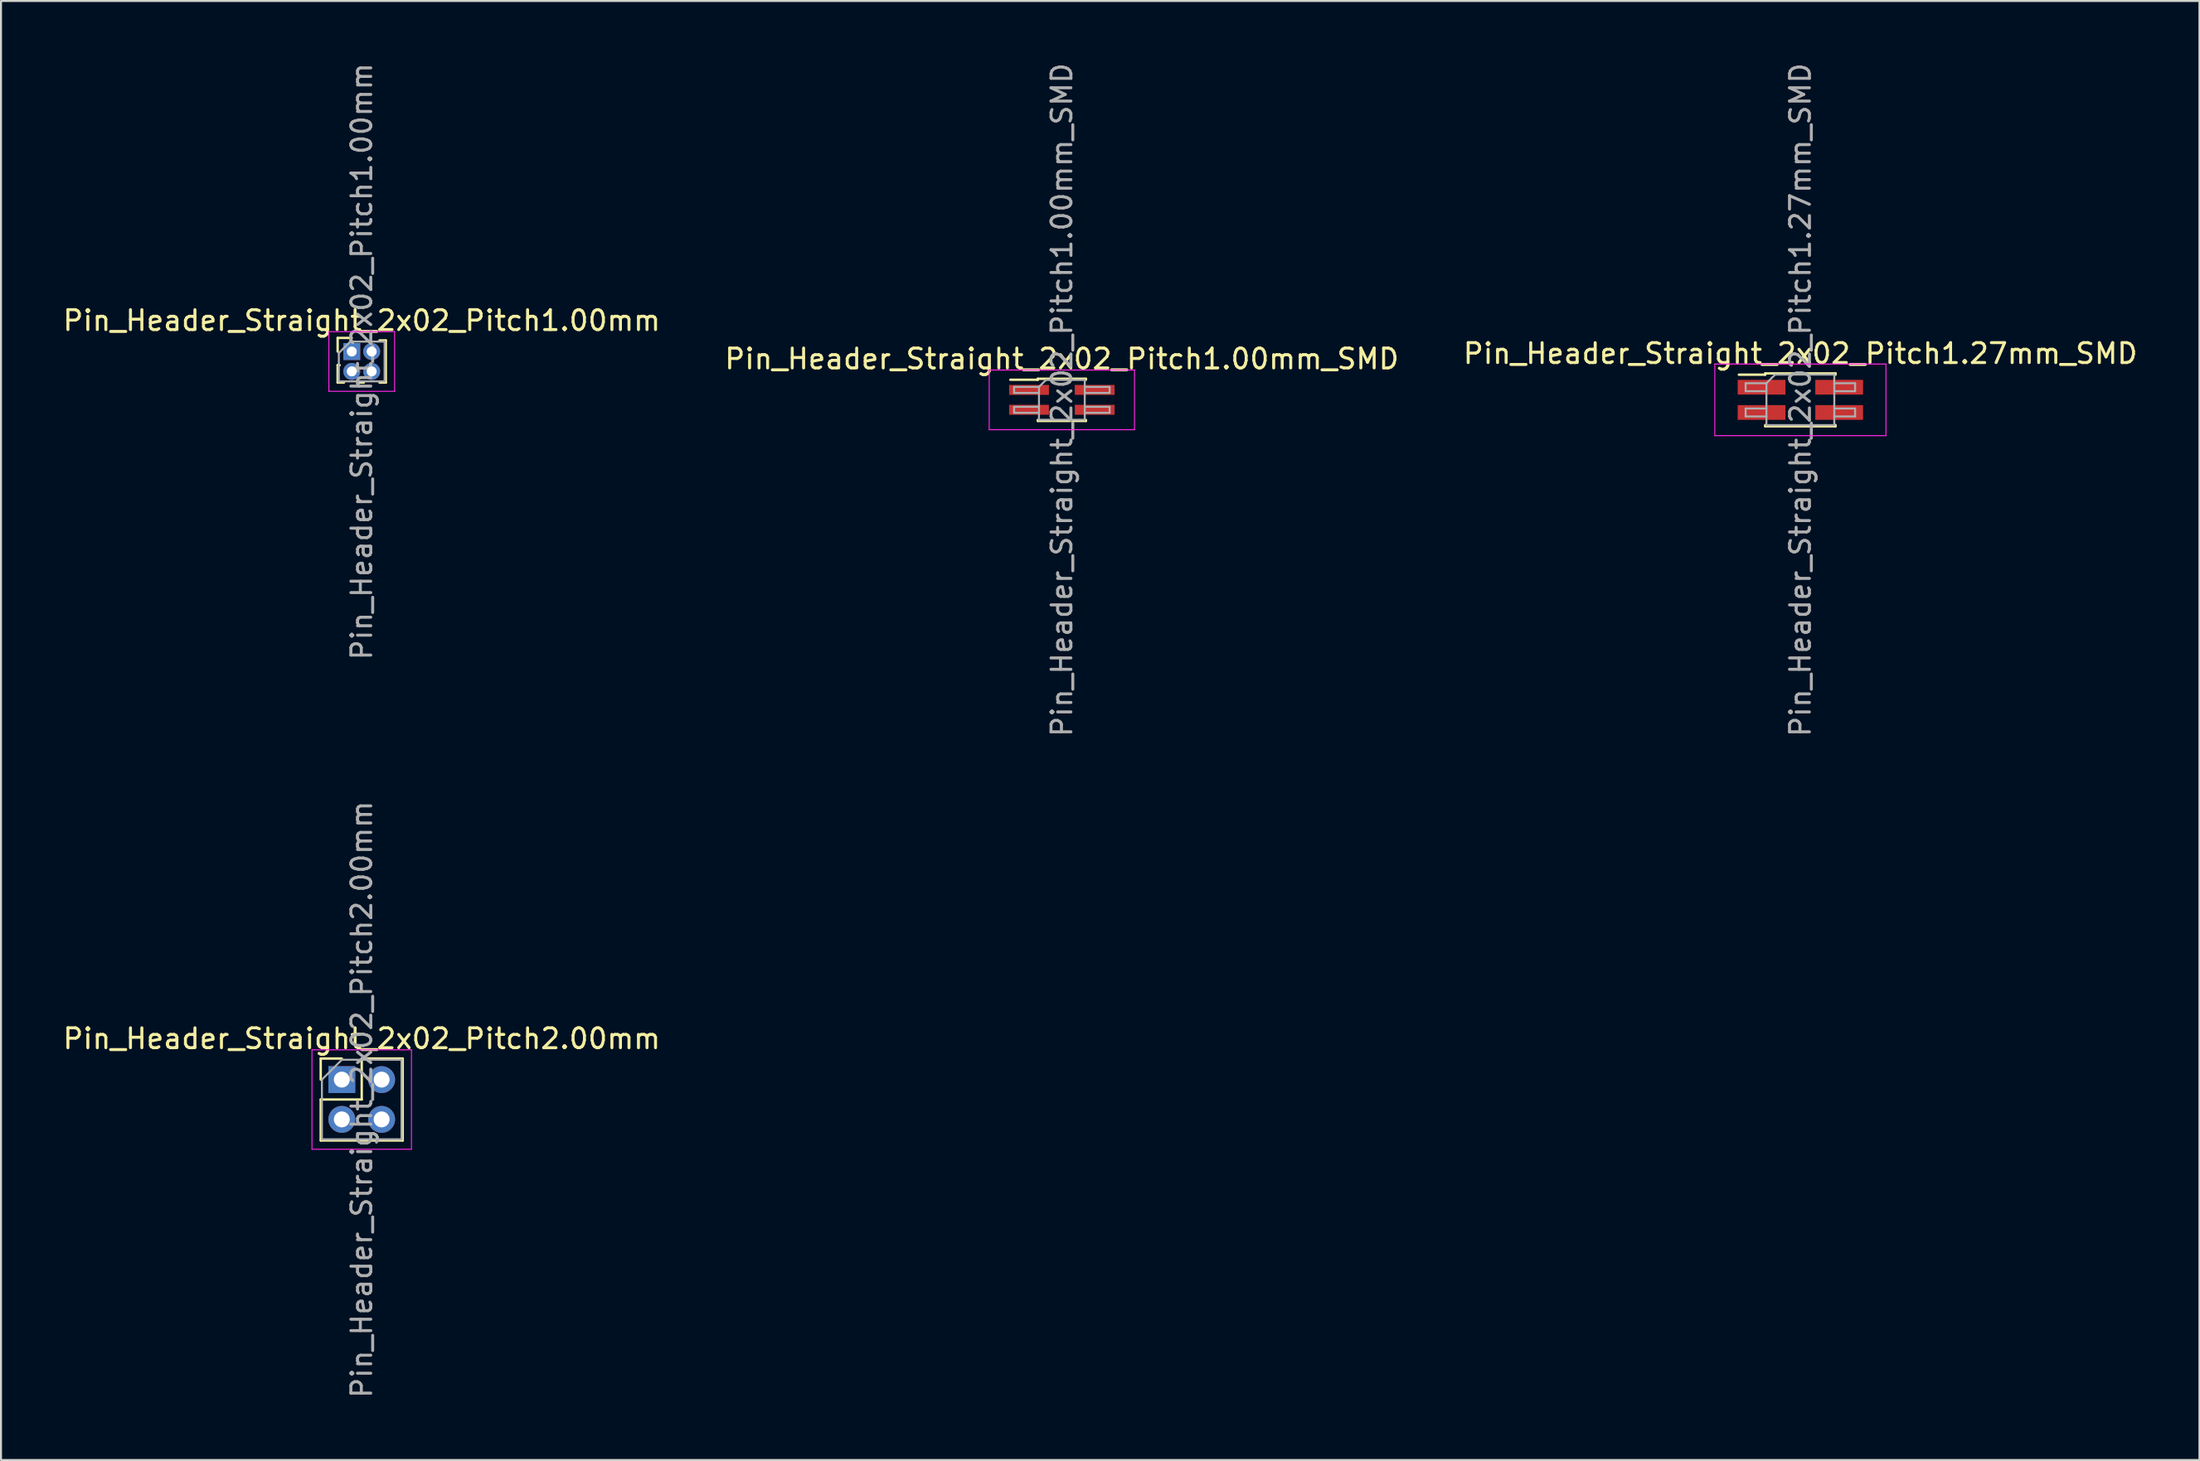
<source format=kicad_pcb>
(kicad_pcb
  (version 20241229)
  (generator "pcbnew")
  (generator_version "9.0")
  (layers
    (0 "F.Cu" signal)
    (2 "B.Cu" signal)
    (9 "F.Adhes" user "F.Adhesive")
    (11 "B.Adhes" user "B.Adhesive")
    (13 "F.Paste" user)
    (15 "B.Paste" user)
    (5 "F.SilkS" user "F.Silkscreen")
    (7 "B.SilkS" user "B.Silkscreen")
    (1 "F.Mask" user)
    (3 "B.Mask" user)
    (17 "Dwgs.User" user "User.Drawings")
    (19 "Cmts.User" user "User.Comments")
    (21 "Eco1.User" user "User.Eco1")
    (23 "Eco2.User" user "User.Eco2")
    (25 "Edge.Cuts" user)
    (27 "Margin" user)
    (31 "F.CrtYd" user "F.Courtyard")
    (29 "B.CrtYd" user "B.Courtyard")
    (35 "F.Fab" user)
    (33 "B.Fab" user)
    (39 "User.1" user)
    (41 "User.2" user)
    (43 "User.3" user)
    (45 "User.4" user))
  (footprint "Pin_Header_Straight_2x02_Pitch2.00mm"
    (layer "F.Cu")
    (at 14.125 51.232)
    (property "Reference" "Pin_Header_Straight_2x02_Pitch2.00mm" (at 1 -2.06 0) (layer "F.SilkS") (effects (font (size 1 1) (thickness 0.15))))
    (attr through_hole)
    (fp_line (start -1.06 -1.06) (end 0 -1.06) (stroke (width 0.12) (type solid)) (layer "F.SilkS"))
    (fp_line (start -1.06 0) (end -1.06 -1.06) (stroke (width 0.12) (type solid)) (layer "F.SilkS"))
    (fp_line (start -1.06 1) (end -1.06 3.06) (stroke (width 0.12) (type solid)) (layer "F.SilkS"))
    (fp_line (start -1.06 1) (end 1 1) (stroke (width 0.12) (type solid)) (layer "F.SilkS"))
    (fp_line (start -1.06 3.06) (end 3.06 3.06) (stroke (width 0.12) (type solid)) (layer "F.SilkS"))
    (fp_line (start 1 -1.06) (end 3.06 -1.06) (stroke (width 0.12) (type solid)) (layer "F.SilkS"))
    (fp_line (start 1 1) (end 1 -1.06) (stroke (width 0.12) (type solid)) (layer "F.SilkS"))
    (fp_line (start 3.06 -1.06) (end 3.06 3.06) (stroke (width 0.12) (type solid)) (layer "F.SilkS"))
    (fp_line (start -1.5 -1.5) (end -1.5 3.5) (stroke (width 0.05) (type solid)) (layer "F.CrtYd"))
    (fp_line (start -1.5 3.5) (end 3.5 3.5) (stroke (width 0.05) (type solid)) (layer "F.CrtYd"))
    (fp_line (start 3.5 -1.5) (end -1.5 -1.5) (stroke (width 0.05) (type solid)) (layer "F.CrtYd"))
    (fp_line (start 3.5 3.5) (end 3.5 -1.5) (stroke (width 0.05) (type solid)) (layer "F.CrtYd"))
    (fp_line (start -1 0) (end 0 -1) (stroke (width 0.1) (type solid)) (layer "F.Fab"))
    (fp_line (start -1 3) (end -1 0) (stroke (width 0.1) (type solid)) (layer "F.Fab"))
    (fp_line (start 0 -1) (end 3 -1) (stroke (width 0.1) (type solid)) (layer "F.Fab"))
    (fp_line (start 3 -1) (end 3 3) (stroke (width 0.1) (type solid)) (layer "F.Fab"))
    (fp_line (start 3 3) (end -1 3) (stroke (width 0.1) (type solid)) (layer "F.Fab"))
    (fp_text user "${REFERENCE}" (at 1 1 90) (layer "F.Fab") (effects (font (size 1 1) (thickness 0.15))))
    (pad "1" thru_hole rect (at 0 0) (size 1.35 1.35) (drill 0.8) (layers "*.Cu" "*.Mask"))
    (pad "2" thru_hole oval (at 2 0) (size 1.35 1.35) (drill 0.8) (layers "*.Cu" "*.Mask"))
    (pad "3" thru_hole oval (at 0 2) (size 1.35 1.35) (drill 0.8) (layers "*.Cu" "*.Mask"))
    (pad "4" thru_hole oval (at 2 2) (size 1.35 1.35) (drill 0.8) (layers "*.Cu" "*.Mask")))
  (footprint "Pin_Header_Straight_2x02_Pitch1.00mm"
    (layer "F.Cu")
    (at 14.625 14.625)
    (property "Reference" "Pin_Header_Straight_2x02_Pitch1.00mm" (at 0.5 -1.56 0) (layer "F.SilkS") (effects (font (size 1 1) (thickness 0.15))))
    (attr through_hole)
    (fp_line (start -0.71 -0.685) (end 0 -0.685) (stroke (width 0.12) (type solid)) (layer "F.SilkS"))
    (fp_line (start -0.71 0) (end -0.71 -0.685) (stroke (width 0.12) (type solid)) (layer "F.SilkS"))
    (fp_line (start -0.71 0.685) (end -0.71 1.56) (stroke (width 0.12) (type solid)) (layer "F.SilkS"))
    (fp_line (start -0.71 0.685) (end -0.608 0.685) (stroke (width 0.12) (type solid)) (layer "F.SilkS"))
    (fp_line (start -0.71 1.56) (end -0.394 1.56) (stroke (width 0.12) (type solid)) (layer "F.SilkS"))
    (fp_line (start 0.394 1.56) (end 0.606 1.56) (stroke (width 0.12) (type solid)) (layer "F.SilkS"))
    (fp_line (start 1.394 -0.56) (end 1.71 -0.56) (stroke (width 0.12) (type solid)) (layer "F.SilkS"))
    (fp_line (start 1.394 1.56) (end 1.71 1.56) (stroke (width 0.12) (type solid)) (layer "F.SilkS"))
    (fp_line (start 1.71 -0.56) (end 1.71 1.56) (stroke (width 0.12) (type solid)) (layer "F.SilkS"))
    (fp_line (start -1.15 -1) (end -1.15 2) (stroke (width 0.05) (type solid)) (layer "F.CrtYd"))
    (fp_line (start -1.15 2) (end 2.15 2) (stroke (width 0.05) (type solid)) (layer "F.CrtYd"))
    (fp_line (start 2.15 -1) (end -1.15 -1) (stroke (width 0.05) (type solid)) (layer "F.CrtYd"))
    (fp_line (start 2.15 2) (end 2.15 -1) (stroke (width 0.05) (type solid)) (layer "F.CrtYd"))
    (fp_line (start -0.65 0.075) (end -0.075 -0.5) (stroke (width 0.1) (type solid)) (layer "F.Fab"))
    (fp_line (start -0.65 1.5) (end -0.65 0.075) (stroke (width 0.1) (type solid)) (layer "F.Fab"))
    (fp_line (start -0.075 -0.5) (end 1.65 -0.5) (stroke (width 0.1) (type solid)) (layer "F.Fab"))
    (fp_line (start 1.65 -0.5) (end 1.65 1.5) (stroke (width 0.1) (type solid)) (layer "F.Fab"))
    (fp_line (start 1.65 1.5) (end -0.65 1.5) (stroke (width 0.1) (type solid)) (layer "F.Fab"))
    (fp_text user "${REFERENCE}" (at 0.5 0.5 90) (layer "F.Fab") (effects (font (size 1 1) (thickness 0.15))))
    (pad "1" thru_hole rect (at 0 0) (size 0.85 0.85) (drill 0.5) (layers "*.Cu" "*.Mask"))
    (pad "2" thru_hole oval (at 1 0) (size 0.85 0.85) (drill 0.5) (layers "*.Cu" "*.Mask"))
    (pad "3" thru_hole oval (at 0 1) (size 0.85 0.85) (drill 0.5) (layers "*.Cu" "*.Mask"))
    (pad "4" thru_hole oval (at 1 1) (size 0.85 0.85) (drill 0.5) (layers "*.Cu" "*.Mask")))
  (footprint "Pin_Header_Straight_2x02_Pitch1.27mm_SMD"
    (layer "F.Cu")
    (at 87.411 17.054)
    (property "Reference" "Pin_Header_Straight_2x02_Pitch1.27mm_SMD" (at 0 -2.33 0) (layer "F.SilkS") (effects (font (size 1 1) (thickness 0.15))))
    (attr smd)
    (fp_line (start -3.09 -1.265) (end -1.765 -1.265) (stroke (width 0.12) (type solid)) (layer "F.SilkS"))
    (fp_line (start -1.765 -1.33) (end -1.765 -1.265) (stroke (width 0.12) (type solid)) (layer "F.SilkS"))
    (fp_line (start -1.765 -1.33) (end 1.765 -1.33) (stroke (width 0.12) (type solid)) (layer "F.SilkS"))
    (fp_line (start -1.765 1.265) (end -1.765 1.33) (stroke (width 0.12) (type solid)) (layer "F.SilkS"))
    (fp_line (start -1.765 1.33) (end 1.765 1.33) (stroke (width 0.12) (type solid)) (layer "F.SilkS"))
    (fp_line (start 1.765 -1.33) (end 1.765 -1.265) (stroke (width 0.12) (type solid)) (layer "F.SilkS"))
    (fp_line (start 1.765 1.265) (end 1.765 1.33) (stroke (width 0.12) (type solid)) (layer "F.SilkS"))
    (fp_line (start -4.3 -1.8) (end -4.3 1.8) (stroke (width 0.05) (type solid)) (layer "F.CrtYd"))
    (fp_line (start -4.3 1.8) (end 4.3 1.8) (stroke (width 0.05) (type solid)) (layer "F.CrtYd"))
    (fp_line (start 4.3 -1.8) (end -4.3 -1.8) (stroke (width 0.05) (type solid)) (layer "F.CrtYd"))
    (fp_line (start 4.3 1.8) (end 4.3 -1.8) (stroke (width 0.05) (type solid)) (layer "F.CrtYd"))
    (fp_line (start -2.75 -0.835) (end -2.75 -0.435) (stroke (width 0.1) (type solid)) (layer "F.Fab"))
    (fp_line (start -2.75 -0.435) (end -1.705 -0.435) (stroke (width 0.1) (type solid)) (layer "F.Fab"))
    (fp_line (start -2.75 0.435) (end -2.75 0.835) (stroke (width 0.1) (type solid)) (layer "F.Fab"))
    (fp_line (start -2.75 0.835) (end -1.705 0.835) (stroke (width 0.1) (type solid)) (layer "F.Fab"))
    (fp_line (start -1.705 -0.835) (end -2.75 -0.835) (stroke (width 0.1) (type solid)) (layer "F.Fab"))
    (fp_line (start -1.705 -0.835) (end -1.27 -1.27) (stroke (width 0.1) (type solid)) (layer "F.Fab"))
    (fp_line (start -1.705 0.435) (end -2.75 0.435) (stroke (width 0.1) (type solid)) (layer "F.Fab"))
    (fp_line (start -1.705 1.27) (end -1.705 -0.835) (stroke (width 0.1) (type solid)) (layer "F.Fab"))
    (fp_line (start -1.27 -1.27) (end 1.705 -1.27) (stroke (width 0.1) (type solid)) (layer "F.Fab"))
    (fp_line (start 1.705 -1.27) (end 1.705 1.27) (stroke (width 0.1) (type solid)) (layer "F.Fab"))
    (fp_line (start 1.705 -0.835) (end 2.75 -0.835) (stroke (width 0.1) (type solid)) (layer "F.Fab"))
    (fp_line (start 1.705 0.435) (end 2.75 0.435) (stroke (width 0.1) (type solid)) (layer "F.Fab"))
    (fp_line (start 1.705 1.27) (end -1.705 1.27) (stroke (width 0.1) (type solid)) (layer "F.Fab"))
    (fp_line (start 2.75 -0.835) (end 2.75 -0.435) (stroke (width 0.1) (type solid)) (layer "F.Fab"))
    (fp_line (start 2.75 -0.435) (end 1.705 -0.435) (stroke (width 0.1) (type solid)) (layer "F.Fab"))
    (fp_line (start 2.75 0.435) (end 2.75 0.835) (stroke (width 0.1) (type solid)) (layer "F.Fab"))
    (fp_line (start 2.75 0.835) (end 1.705 0.835) (stroke (width 0.1) (type solid)) (layer "F.Fab"))
    (fp_text user "${REFERENCE}" (at 0 0 90) (layer "F.Fab") (effects (font (size 1 1) (thickness 0.15))))
    (pad "1" smd rect (at -1.95 -0.635) (size 2.4 0.74) (layers "F.Cu" "F.Mask" "F.Paste"))
    (pad "2" smd rect (at 1.95 -0.635) (size 2.4 0.74) (layers "F.Cu" "F.Mask" "F.Paste"))
    (pad "3" smd rect (at -1.95 0.635) (size 2.4 0.74) (layers "F.Cu" "F.Mask" "F.Paste"))
    (pad "4" smd rect (at 1.95 0.635) (size 2.4 0.74) (layers "F.Cu" "F.Mask" "F.Paste")))
  (footprint "Pin_Header_Straight_2x02_Pitch1.00mm_SMD"
    (layer "F.Cu")
    (at 50.304 17.054)
    (property "Reference" "Pin_Header_Straight_2x02_Pitch1.00mm_SMD" (at 0 -2.06 0) (layer "F.SilkS") (effects (font (size 1 1) (thickness 0.15))))
    (attr smd)
    (fp_line (start -2.59 -1.01) (end -1.21 -1.01) (stroke (width 0.12) (type solid)) (layer "F.SilkS"))
    (fp_line (start -1.21 -1.06) (end -1.21 -1.01) (stroke (width 0.12) (type solid)) (layer "F.SilkS"))
    (fp_line (start -1.21 -1.06) (end 1.21 -1.06) (stroke (width 0.12) (type solid)) (layer "F.SilkS"))
    (fp_line (start -1.21 1.01) (end -1.21 1.06) (stroke (width 0.12) (type solid)) (layer "F.SilkS"))
    (fp_line (start -1.21 1.06) (end 1.21 1.06) (stroke (width 0.12) (type solid)) (layer "F.SilkS"))
    (fp_line (start 1.21 -1.06) (end 1.21 -1.01) (stroke (width 0.12) (type solid)) (layer "F.SilkS"))
    (fp_line (start 1.21 1.01) (end 1.21 1.06) (stroke (width 0.12) (type solid)) (layer "F.SilkS"))
    (fp_line (start -3.65 -1.5) (end -3.65 1.5) (stroke (width 0.05) (type solid)) (layer "F.CrtYd"))
    (fp_line (start -3.65 1.5) (end 3.65 1.5) (stroke (width 0.05) (type solid)) (layer "F.CrtYd"))
    (fp_line (start 3.65 -1.5) (end -3.65 -1.5) (stroke (width 0.05) (type solid)) (layer "F.CrtYd"))
    (fp_line (start 3.65 1.5) (end 3.65 -1.5) (stroke (width 0.05) (type solid)) (layer "F.CrtYd"))
    (fp_line (start -2.4 -0.65) (end -2.4 -0.35) (stroke (width 0.1) (type solid)) (layer "F.Fab"))
    (fp_line (start -2.4 -0.35) (end -1.15 -0.35) (stroke (width 0.1) (type solid)) (layer "F.Fab"))
    (fp_line (start -2.4 0.35) (end -2.4 0.65) (stroke (width 0.1) (type solid)) (layer "F.Fab"))
    (fp_line (start -2.4 0.65) (end -1.15 0.65) (stroke (width 0.1) (type solid)) (layer "F.Fab"))
    (fp_line (start -1.15 -0.65) (end -2.4 -0.65) (stroke (width 0.1) (type solid)) (layer "F.Fab"))
    (fp_line (start -1.15 -0.65) (end -0.8 -1) (stroke (width 0.1) (type solid)) (layer "F.Fab"))
    (fp_line (start -1.15 0.35) (end -2.4 0.35) (stroke (width 0.1) (type solid)) (layer "F.Fab"))
    (fp_line (start -1.15 1) (end -1.15 -0.65) (stroke (width 0.1) (type solid)) (layer "F.Fab"))
    (fp_line (start -0.8 -1) (end 1.15 -1) (stroke (width 0.1) (type solid)) (layer "F.Fab"))
    (fp_line (start 1.15 -1) (end 1.15 1) (stroke (width 0.1) (type solid)) (layer "F.Fab"))
    (fp_line (start 1.15 -0.65) (end 2.4 -0.65) (stroke (width 0.1) (type solid)) (layer "F.Fab"))
    (fp_line (start 1.15 0.35) (end 2.4 0.35) (stroke (width 0.1) (type solid)) (layer "F.Fab"))
    (fp_line (start 1.15 1) (end -1.15 1) (stroke (width 0.1) (type solid)) (layer "F.Fab"))
    (fp_line (start 2.4 -0.65) (end 2.4 -0.35) (stroke (width 0.1) (type solid)) (layer "F.Fab"))
    (fp_line (start 2.4 -0.35) (end 1.15 -0.35) (stroke (width 0.1) (type solid)) (layer "F.Fab"))
    (fp_line (start 2.4 0.35) (end 2.4 0.65) (stroke (width 0.1) (type solid)) (layer "F.Fab"))
    (fp_line (start 2.4 0.65) (end 1.15 0.65) (stroke (width 0.1) (type solid)) (layer "F.Fab"))
    (fp_text user "${REFERENCE}" (at 0 0 90) (layer "F.Fab") (effects (font (size 1 1) (thickness 0.15))))
    (pad "1" smd rect (at -1.65 -0.5) (size 2 0.5) (layers "F.Cu" "F.Mask" "F.Paste"))
    (pad "2" smd rect (at 1.65 -0.5) (size 2 0.5) (layers "F.Cu" "F.Mask" "F.Paste"))
    (pad "3" smd rect (at -1.65 0.5) (size 2 0.5) (layers "F.Cu" "F.Mask" "F.Paste"))
    (pad "4" smd rect (at 1.65 0.5) (size 2 0.5) (layers "F.Cu" "F.Mask" "F.Paste")))
  (gr_rect
    (start -3 -3)
    (end 107.464 70.357)
    (stroke (width 0.1) (type default))
    (fill no)
    (layer "Edge.Cuts")))
</source>
